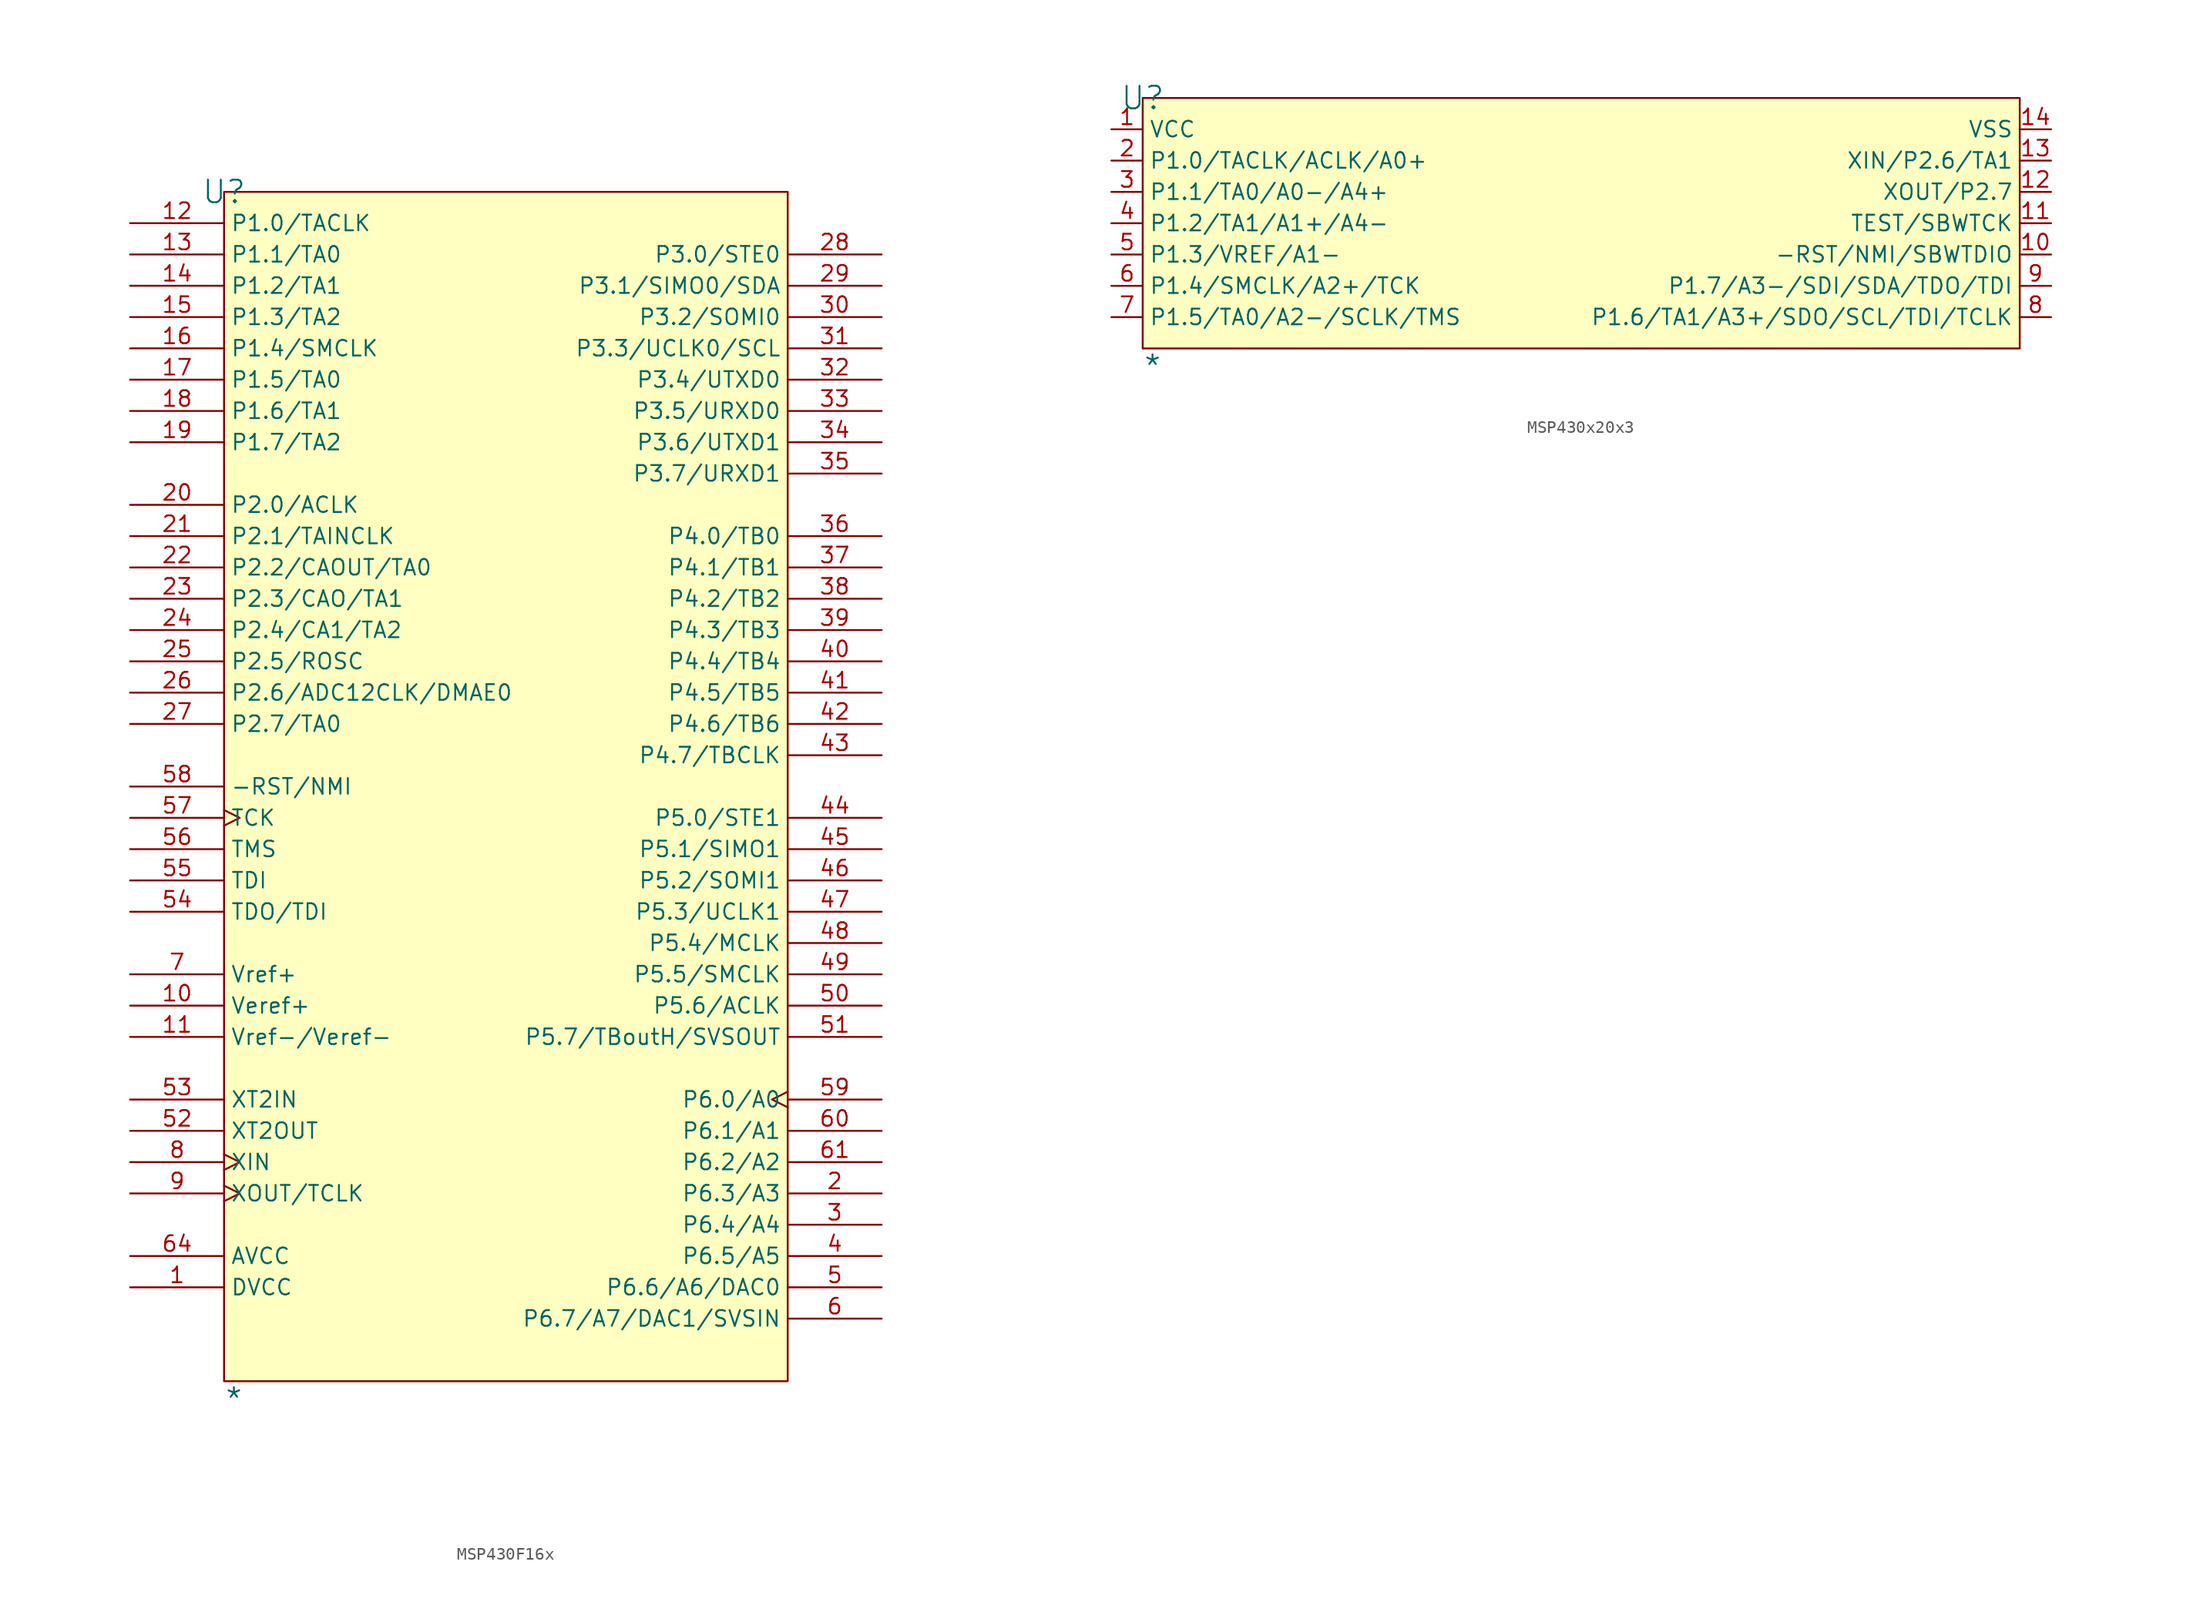
<source format=kicad_sym>
(kicad_symbol_lib
  (version 20241209)
  (generator "kicad_symbol_editor")
  (generator_version "9.0")
  (symbol "MSP430F16x"
    (property "Reference" "U"
      (at 0 0 0)
      (effects (font (size 1.829 1.829))))
    (property "Value" "*"
      (at 0 -99.06 0)
      (effects (font (size 1.829 1.829)) (justify left bottom)))
    (symbol "MSP430F16x_1_0"
      (rectangle (start 45.72 0) (end 0 -96.52) (stroke (width 0) (type solid) (color 128 0 0 1)) (fill (type background)))
      (pin tri_state line (at -7.62 -2.54 0) (length 7.62) (name "P1.0/TACLK" (effects (font (size 1.27 1.27)))) (number "12" (effects (font (size 1.27 1.27)))))
      (pin tri_state line (at -7.62 -5.08 0) (length 7.62) (name "P1.1/TA0" (effects (font (size 1.27 1.27)))) (number "13" (effects (font (size 1.27 1.27)))))
      (pin tri_state line (at -7.62 -7.62 0) (length 7.62) (name "P1.2/TA1" (effects (font (size 1.27 1.27)))) (number "14" (effects (font (size 1.27 1.27)))))
      (pin tri_state line (at -7.62 -10.16 0) (length 7.62) (name "P1.3/TA2" (effects (font (size 1.27 1.27)))) (number "15" (effects (font (size 1.27 1.27)))))
      (pin bidirectional line (at -7.62 -12.7 0) (length 7.62) (name "P1.4/SMCLK" (effects (font (size 1.27 1.27)))) (number "16" (effects (font (size 1.27 1.27)))))
      (pin bidirectional line (at -7.62 -15.24 0) (length 7.62) (name "P1.5/TA0" (effects (font (size 1.27 1.27)))) (number "17" (effects (font (size 1.27 1.27)))))
      (pin bidirectional line (at -7.62 -17.78 0) (length 7.62) (name "P1.6/TA1" (effects (font (size 1.27 1.27)))) (number "18" (effects (font (size 1.27 1.27)))))
      (pin bidirectional line (at -7.62 -20.32 0) (length 7.62) (name "P1.7/TA2" (effects (font (size 1.27 1.27)))) (number "19" (effects (font (size 1.27 1.27)))))
      (pin bidirectional line (at -7.62 -25.4 0) (length 7.62) (name "P2.0/ACLK" (effects (font (size 1.27 1.27)))) (number "20" (effects (font (size 1.27 1.27)))))
      (pin bidirectional line (at -7.62 -27.94 0) (length 7.62) (name "P2.1/TAINCLK" (effects (font (size 1.27 1.27)))) (number "21" (effects (font (size 1.27 1.27)))))
      (pin bidirectional line (at -7.62 -30.48 0) (length 7.62) (name "P2.2/CAOUT/TA0" (effects (font (size 1.27 1.27)))) (number "22" (effects (font (size 1.27 1.27)))))
      (pin bidirectional line (at -7.62 -33.02 0) (length 7.62) (name "P2.3/CAO/TA1" (effects (font (size 1.27 1.27)))) (number "23" (effects (font (size 1.27 1.27)))))
      (pin bidirectional line (at -7.62 -35.56 0) (length 7.62) (name "P2.4/CA1/TA2" (effects (font (size 1.27 1.27)))) (number "24" (effects (font (size 1.27 1.27)))))
      (pin output line (at -7.62 -38.1 0) (length 7.62) (name "P2.5/ROSC" (effects (font (size 1.27 1.27)))) (number "25" (effects (font (size 1.27 1.27)))))
      (pin input line (at -7.62 -40.64 0) (length 7.62) (name "P2.6/ADC12CLK/DMAE0" (effects (font (size 1.27 1.27)))) (number "26" (effects (font (size 1.27 1.27)))))
      (pin input line (at -7.62 -43.18 0) (length 7.62) (name "P2.7/TA0" (effects (font (size 1.27 1.27)))) (number "27" (effects (font (size 1.27 1.27)))))
      (pin input line (at -7.62 -48.26 0) (length 7.62) (name "-RST/NMI" (effects (font (size 1.27 1.27)))) (number "58" (effects (font (size 1.27 1.27)))))
      (pin input clock (at -7.62 -50.8 0) (length 7.62) (name "TCK" (effects (font (size 1.27 1.27)))) (number "57" (effects (font (size 1.27 1.27)))))
      (pin input line (at -7.62 -53.34 0) (length 7.62) (name "TMS" (effects (font (size 1.27 1.27)))) (number "56" (effects (font (size 1.27 1.27)))))
      (pin input line (at -7.62 -55.88 0) (length 7.62) (name "TDI" (effects (font (size 1.27 1.27)))) (number "55" (effects (font (size 1.27 1.27)))))
      (pin bidirectional line (at -7.62 -58.42 0) (length 7.62) (name "TDO/TDI" (effects (font (size 1.27 1.27)))) (number "54" (effects (font (size 1.27 1.27)))))
      (pin input line (at -7.62 -63.5 0) (length 7.62) (name "Vref+" (effects (font (size 1.27 1.27)))) (number "7" (effects (font (size 1.27 1.27)))))
      (pin input line (at -7.62 -66.04 0) (length 7.62) (name "Veref+" (effects (font (size 1.27 1.27)))) (number "10" (effects (font (size 1.27 1.27)))))
      (pin tri_state line (at -7.62 -68.58 0) (length 7.62) (name "Vref-/Veref-" (effects (font (size 1.27 1.27)))) (number "11" (effects (font (size 1.27 1.27)))))
      (pin output line (at -7.62 -73.66 0) (length 7.62) (name "XT2IN" (effects (font (size 1.27 1.27)))) (number "53" (effects (font (size 1.27 1.27)))))
      (pin output line (at -7.62 -76.2 0) (length 7.62) (name "XT2OUT" (effects (font (size 1.27 1.27)))) (number "52" (effects (font (size 1.27 1.27)))))
      (pin passive clock (at -7.62 -78.74 0) (length 7.62) (name "XIN" (effects (font (size 1.27 1.27)))) (number "8" (effects (font (size 1.27 1.27)))))
      (pin passive clock (at -7.62 -81.28 0) (length 7.62) (name "XOUT/TCLK" (effects (font (size 1.27 1.27)))) (number "9" (effects (font (size 1.27 1.27)))))
      (pin power_in line (at -7.62 -86.36 0) (length 7.62) (name "AVCC" (effects (font (size 1.27 1.27)))) (number "64" (effects (font (size 1.27 1.27)))))
      (pin power_in line (at -7.62 -88.9 0) (length 7.62) (name "DVCC" (effects (font (size 1.27 1.27)))) (number "1" (effects (font (size 1.27 1.27)))))
      (pin power_in line (at 10.16 -96.52 90) (length 0) (hide yes) (name "DGND" (effects (font (size 1.27 1.27)))) (number "63" (effects (font (size 1.27 1.27)))))
      (pin power_in line (at 15.24 -96.52 90) (length 0) (hide yes) (name "AGND" (effects (font (size 1.27 1.27)))) (number "62" (effects (font (size 1.27 1.27)))))
      (pin input line (at 53.34 -5.08 180) (length 7.62) (name "P3.0/STE0" (effects (font (size 1.27 1.27)))) (number "28" (effects (font (size 1.27 1.27)))))
      (pin output line (at 53.34 -7.62 180) (length 7.62) (name "P3.1/SIMO0/SDA" (effects (font (size 1.27 1.27)))) (number "29" (effects (font (size 1.27 1.27)))))
      (pin output line (at 53.34 -10.16 180) (length 7.62) (name "P3.2/SOMI0" (effects (font (size 1.27 1.27)))) (number "30" (effects (font (size 1.27 1.27)))))
      (pin output line (at 53.34 -12.7 180) (length 7.62) (name "P3.3/UCLK0/SCL" (effects (font (size 1.27 1.27)))) (number "31" (effects (font (size 1.27 1.27)))))
      (pin output line (at 53.34 -15.24 180) (length 7.62) (name "P3.4/UTXD0" (effects (font (size 1.27 1.27)))) (number "32" (effects (font (size 1.27 1.27)))))
      (pin output line (at 53.34 -17.78 180) (length 7.62) (name "P3.5/URXD0" (effects (font (size 1.27 1.27)))) (number "33" (effects (font (size 1.27 1.27)))))
      (pin output line (at 53.34 -20.32 180) (length 7.62) (name "P3.6/UTXD1" (effects (font (size 1.27 1.27)))) (number "34" (effects (font (size 1.27 1.27)))))
      (pin output line (at 53.34 -22.86 180) (length 7.62) (name "P3.7/URXD1" (effects (font (size 1.27 1.27)))) (number "35" (effects (font (size 1.27 1.27)))))
      (pin output line (at 53.34 -27.94 180) (length 7.62) (name "P4.0/TB0" (effects (font (size 1.27 1.27)))) (number "36" (effects (font (size 1.27 1.27)))))
      (pin output line (at 53.34 -30.48 180) (length 7.62) (name "P4.1/TB1" (effects (font (size 1.27 1.27)))) (number "37" (effects (font (size 1.27 1.27)))))
      (pin output line (at 53.34 -33.02 180) (length 7.62) (name "P4.2/TB2" (effects (font (size 1.27 1.27)))) (number "38" (effects (font (size 1.27 1.27)))))
      (pin output line (at 53.34 -35.56 180) (length 7.62) (name "P4.3/TB3" (effects (font (size 1.27 1.27)))) (number "39" (effects (font (size 1.27 1.27)))))
      (pin output line (at 53.34 -38.1 180) (length 7.62) (name "P4.4/TB4" (effects (font (size 1.27 1.27)))) (number "40" (effects (font (size 1.27 1.27)))))
      (pin output line (at 53.34 -40.64 180) (length 7.62) (name "P4.5/TB5" (effects (font (size 1.27 1.27)))) (number "41" (effects (font (size 1.27 1.27)))))
      (pin output line (at 53.34 -43.18 180) (length 7.62) (name "P4.6/TB6" (effects (font (size 1.27 1.27)))) (number "42" (effects (font (size 1.27 1.27)))))
      (pin output line (at 53.34 -45.72 180) (length 7.62) (name "P4.7/TBCLK" (effects (font (size 1.27 1.27)))) (number "43" (effects (font (size 1.27 1.27)))))
      (pin output line (at 53.34 -50.8 180) (length 7.62) (name "P5.0/STE1" (effects (font (size 1.27 1.27)))) (number "44" (effects (font (size 1.27 1.27)))))
      (pin output line (at 53.34 -53.34 180) (length 7.62) (name "P5.1/SIMO1" (effects (font (size 1.27 1.27)))) (number "45" (effects (font (size 1.27 1.27)))))
      (pin output line (at 53.34 -55.88 180) (length 7.62) (name "P5.2/SOMI1" (effects (font (size 1.27 1.27)))) (number "46" (effects (font (size 1.27 1.27)))))
      (pin output line (at 53.34 -58.42 180) (length 7.62) (name "P5.3/UCLK1" (effects (font (size 1.27 1.27)))) (number "47" (effects (font (size 1.27 1.27)))))
      (pin output line (at 53.34 -60.96 180) (length 7.62) (name "P5.4/MCLK" (effects (font (size 1.27 1.27)))) (number "48" (effects (font (size 1.27 1.27)))))
      (pin bidirectional line (at 53.34 -63.5 180) (length 7.62) (name "P5.5/SMCLK" (effects (font (size 1.27 1.27)))) (number "49" (effects (font (size 1.27 1.27)))))
      (pin output line (at 53.34 -66.04 180) (length 7.62) (name "P5.6/ACLK" (effects (font (size 1.27 1.27)))) (number "50" (effects (font (size 1.27 1.27)))))
      (pin output line (at 53.34 -68.58 180) (length 7.62) (name "P5.7/TBoutH/SVSOUT" (effects (font (size 1.27 1.27)))) (number "51" (effects (font (size 1.27 1.27)))))
      (pin output clock (at 53.34 -73.66 180) (length 7.62) (name "P6.0/A0" (effects (font (size 1.27 1.27)))) (number "59" (effects (font (size 1.27 1.27)))))
      (pin input line (at 53.34 -76.2 180) (length 7.62) (name "P6.1/A1" (effects (font (size 1.27 1.27)))) (number "60" (effects (font (size 1.27 1.27)))))
      (pin input line (at 53.34 -78.74 180) (length 7.62) (name "P6.2/A2" (effects (font (size 1.27 1.27)))) (number "61" (effects (font (size 1.27 1.27)))))
      (pin bidirectional line (at 53.34 -81.28 180) (length 7.62) (name "P6.3/A3" (effects (font (size 1.27 1.27)))) (number "2" (effects (font (size 1.27 1.27)))))
      (pin input line (at 53.34 -83.82 180) (length 7.62) (name "P6.4/A4" (effects (font (size 1.27 1.27)))) (number "3" (effects (font (size 1.27 1.27)))))
      (pin input line (at 53.34 -86.36 180) (length 7.62) (name "P6.5/A5" (effects (font (size 1.27 1.27)))) (number "4" (effects (font (size 1.27 1.27)))))
      (pin input line (at 53.34 -88.9 180) (length 7.62) (name "P6.6/A6/DAC0" (effects (font (size 1.27 1.27)))) (number "5" (effects (font (size 1.27 1.27)))))
      (pin input line (at 53.34 -91.44 180) (length 7.62) (name "P6.7/A7/DAC1/SVSIN" (effects (font (size 1.27 1.27)))) (number "6" (effects (font (size 1.27 1.27)))))))
  (symbol "MSP430x20x3"
    (property "Reference" "U"
      (at 0 0 0)
      (effects (font (size 1.829 1.829))))
    (property "Value" "*"
      (at 0 -22.86 0)
      (effects (font (size 1.829 1.829)) (justify left bottom)))
    (symbol "MSP430x20x3_1_0"
      (rectangle (start 71.12 0) (end 0 -20.32) (stroke (width 0) (type solid) (color 128 0 0 1)) (fill (type background)))
      (pin passive line (at -2.54 -2.54 0) (length 2.54) (name "VCC" (effects (font (size 1.27 1.27)))) (number "1" (effects (font (size 1.27 1.27)))))
      (pin passive line (at -2.54 -5.08 0) (length 2.54) (name "P1.0/TACLK/ACLK/A0+" (effects (font (size 1.27 1.27)))) (number "2" (effects (font (size 1.27 1.27)))))
      (pin passive line (at -2.54 -7.62 0) (length 2.54) (name "P1.1/TA0/A0-/A4+" (effects (font (size 1.27 1.27)))) (number "3" (effects (font (size 1.27 1.27)))))
      (pin passive line (at -2.54 -10.16 0) (length 2.54) (name "P1.2/TA1/A1+/A4-" (effects (font (size 1.27 1.27)))) (number "4" (effects (font (size 1.27 1.27)))))
      (pin passive line (at -2.54 -12.7 0) (length 2.54) (name "P1.3/VREF/A1-" (effects (font (size 1.27 1.27)))) (number "5" (effects (font (size 1.27 1.27)))))
      (pin passive line (at -2.54 -15.24 0) (length 2.54) (name "P1.4/SMCLK/A2+/TCK" (effects (font (size 1.27 1.27)))) (number "6" (effects (font (size 1.27 1.27)))))
      (pin passive line (at -2.54 -17.78 0) (length 2.54) (name "P1.5/TA0/A2-/SCLK/TMS" (effects (font (size 1.27 1.27)))) (number "7" (effects (font (size 1.27 1.27)))))
      (pin passive line (at 73.66 -2.54 180) (length 2.54) (name "VSS" (effects (font (size 1.27 1.27)))) (number "14" (effects (font (size 1.27 1.27)))))
      (pin passive line (at 73.66 -5.08 180) (length 2.54) (name "XIN/P2.6/TA1" (effects (font (size 1.27 1.27)))) (number "13" (effects (font (size 1.27 1.27)))))
      (pin passive line (at 73.66 -7.62 180) (length 2.54) (name "XOUT/P2.7" (effects (font (size 1.27 1.27)))) (number "12" (effects (font (size 1.27 1.27)))))
      (pin passive line (at 73.66 -10.16 180) (length 2.54) (name "TEST/SBWTCK" (effects (font (size 1.27 1.27)))) (number "11" (effects (font (size 1.27 1.27)))))
      (pin passive line (at 73.66 -12.7 180) (length 2.54) (name "-RST/NMI/SBWTDIO" (effects (font (size 1.27 1.27)))) (number "10" (effects (font (size 1.27 1.27)))))
      (pin passive line (at 73.66 -15.24 180) (length 2.54) (name "P1.7/A3-/SDI/SDA/TDO/TDI" (effects (font (size 1.27 1.27)))) (number "9" (effects (font (size 1.27 1.27)))))
      (pin passive line (at 73.66 -17.78 180) (length 2.54) (name "P1.6/TA1/A3+/SDO/SCL/TDI/TCLK" (effects (font (size 1.27 1.27)))) (number "8" (effects (font (size 1.27 1.27))))))))
</source>
